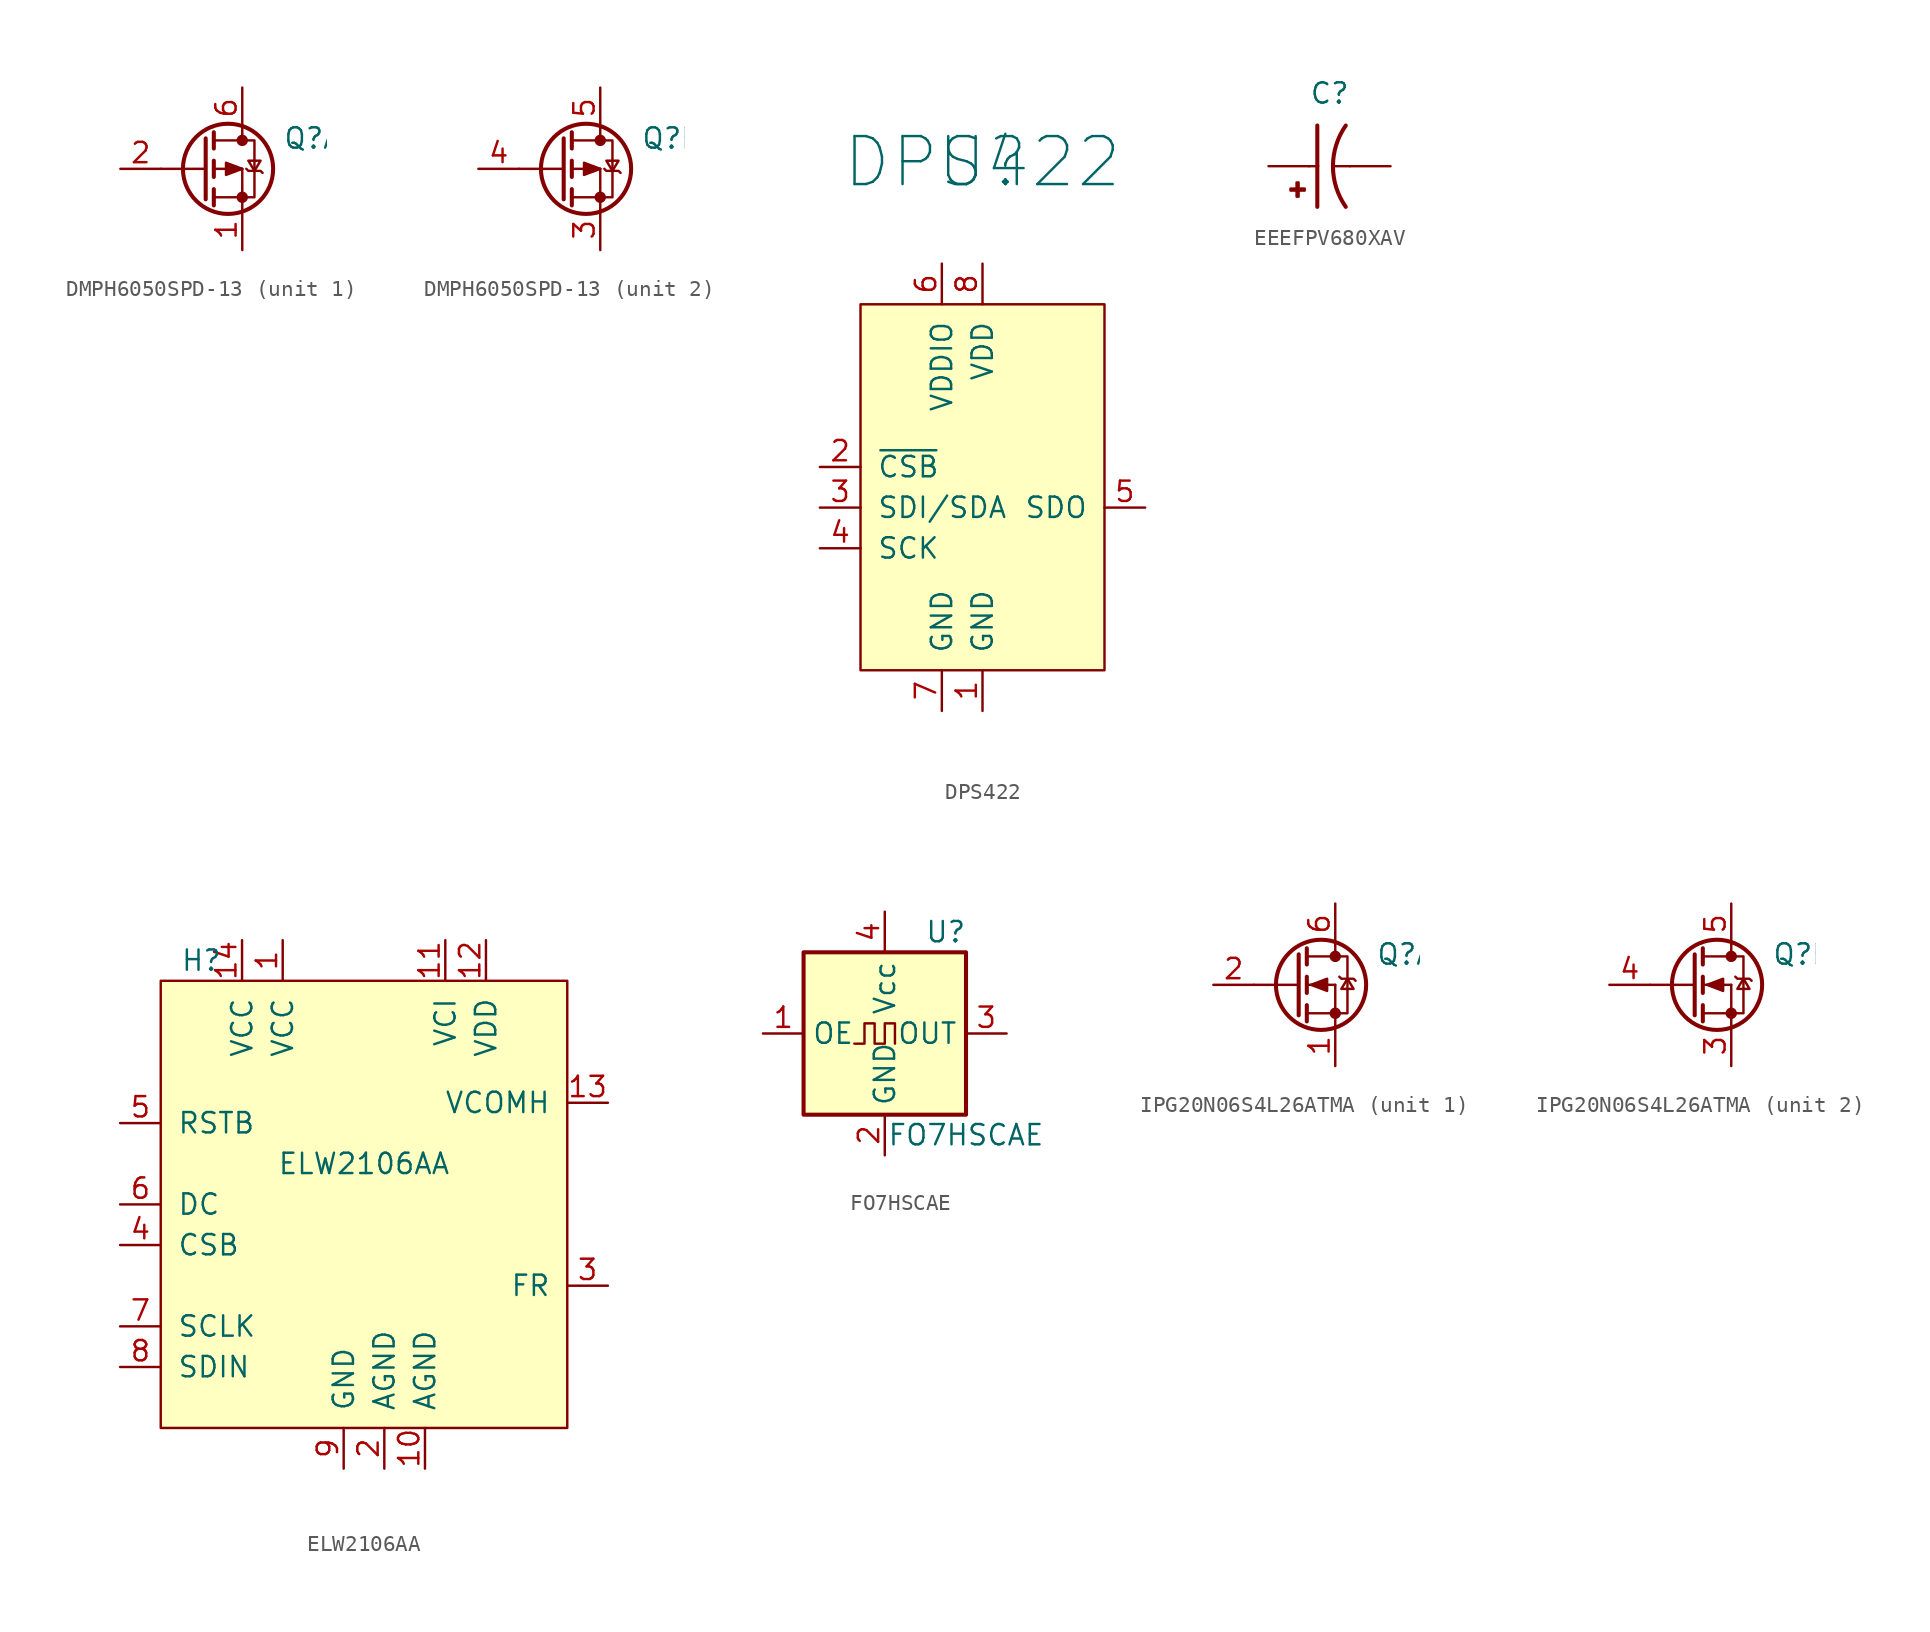
<source format=kicad_sym>
(kicad_symbol_lib
  (version 20220914)
  (generator kicad_symbol_editor)
  (symbol "DMPH6050SPD-13"
    (pin_names
      (offset 0) hide)
    (property "Reference" "Q"
      (at 5.08 1.905 0)
      (effects (font (size 1.27 1.27)) (justify left)))
    (symbol "DMPH6050SPD-13_0_1"
      (polyline (pts (xy -2.54 0) (xy 0.254 0)) (stroke (width 0) (type default)) (fill (type none)))
      (polyline (pts (xy 0.762 -1.778) (xy 2.54 -1.778)) (stroke (width 0) (type default)) (fill (type none)))
      (polyline (pts (xy 0.762 -1.27) (xy 0.762 -2.286)) (stroke (width 0.254) (type default)) (fill (type none)))
      (polyline (pts (xy 0.762 0) (xy 2.54 0)) (stroke (width 0) (type default)) (fill (type none)))
      (polyline (pts (xy 0.762 0.508) (xy 0.762 -0.508)) (stroke (width 0.254) (type default)) (fill (type none)))
      (polyline (pts (xy 0.762 1.778) (xy 2.54 1.778)) (stroke (width 0) (type default)) (fill (type none)))
      (polyline (pts (xy 0.762 2.286) (xy 0.762 1.27)) (stroke (width 0.254) (type default)) (fill (type none)))
      (polyline (pts (xy 2.54 -1.778) (xy 2.54 -2.54)) (stroke (width 0) (type default)) (fill (type none)))
      (polyline (pts (xy 2.54 -1.778) (xy 2.54 0)) (stroke (width 0) (type default)) (fill (type none)))
      (polyline (pts (xy 2.54 2.54) (xy 2.54 1.778)) (stroke (width 0) (type default)) (fill (type none)))
      (polyline (pts (xy 0.254 1.905) (xy 0.254 -1.905) (xy 0.254 -1.905)) (stroke (width 0.254) (type default)) (fill (type none)))
      (polyline (pts (xy 2.54 -1.778) (xy 3.302 -1.778) (xy 3.302 1.778) (xy 2.54 1.778)) (stroke (width 0) (type default)) (fill (type none)))
      (polyline (pts (xy 2.54 0) (xy 1.524 -0.381) (xy 1.524 0.381) (xy 2.54 0)) (stroke (width 0) (type default)) (fill (type outline)))
      (polyline (pts (xy 3.302 -0.127) (xy 3.683 0.508) (xy 2.921 0.508) (xy 3.302 -0.127)) (stroke (width 0) (type default)) (fill (type none)))
      (polyline (pts (xy 3.81 -0.254) (xy 3.683 -0.127) (xy 2.921 -0.127) (xy 2.794 0)) (stroke (width 0) (type default)) (fill (type none)))
      (circle (center 1.651 0) (radius 2.819) (stroke (width 0.254) (type default)) (fill (type none)))
      (circle (center 2.54 -1.778) (radius 0.279) (stroke (width 0) (type default)) (fill (type outline)))
      (circle (center 2.54 1.778) (radius 0.279) (stroke (width 0) (type default)) (fill (type outline))))
    (symbol "DMPH6050SPD-13_1_1"
      (pin passive line (at 2.54 -5.08 90) (length 2.54) (name "S" (effects (font (size 1.27 1.27)))) (number "1" (effects (font (size 1.27 1.27)))))
      (pin passive line (at -5.08 0 0) (length 2.54) (name "G" (effects (font (size 1.27 1.27)))) (number "2" (effects (font (size 1.27 1.27)))))
      (pin passive line (at 2.54 5.08 270) (length 2.54) (name "D" (effects (font (size 1.27 1.27)))) (number "6" (effects (font (size 1.27 1.27))))))
    (symbol "DMPH6050SPD-13_2_1"
      (pin passive line (at 2.54 -5.08 90) (length 2.54) (name "S" (effects (font (size 1.27 1.27)))) (number "3" (effects (font (size 1.27 1.27)))))
      (pin passive line (at -5.08 0 0) (length 2.54) (name "G" (effects (font (size 1.27 1.27)))) (number "4" (effects (font (size 1.27 1.27)))))
      (pin passive line (at 2.54 5.08 270) (length 2.54) (name "D" (effects (font (size 1.27 1.27)))) (number "5" (effects (font (size 1.27 1.27)))))))
  (symbol "DPS422"
    (pin_names
      (offset 1.016))
    (property "Reference" "U"
      (at 0 21.59 0)
      (effects (font (size 2.997 2.997))))
    (property "Value" "DPS422"
      (at 0 21.59 0)
      (effects (font (size 2.997 2.997))))
    (symbol "DPS422_0_1"
      (rectangle (start 7.62 12.7) (end -7.62 -10.16) (stroke (width 0) (type default)) (fill (type background))))
    (symbol "DPS422_1_1"
      (pin power_in line (at 0 -12.7 90) (length 2.54) (name "GND" (effects (font (size 1.27 1.27)))) (number "1" (effects (font (size 1.27 1.27)))))
      (pin input line (at -10.16 2.54 0) (length 2.54) (name "~{CSB}" (effects (font (size 1.27 1.27)))) (number "2" (effects (font (size 1.27 1.27)))))
      (pin input line (at -10.16 0 0) (length 2.54) (name "SDI/SDA" (effects (font (size 1.27 1.27)))) (number "3" (effects (font (size 1.27 1.27)))))
      (pin input line (at -10.16 -2.54 0) (length 2.54) (name "SCK" (effects (font (size 1.27 1.27)))) (number "4" (effects (font (size 1.27 1.27)))))
      (pin bidirectional line (at 10.16 0 180) (length 2.54) (name "SDO" (effects (font (size 1.27 1.27)))) (number "5" (effects (font (size 1.27 1.27)))))
      (pin power_in line (at -2.54 15.24 270) (length 2.54) (name "VDDIO" (effects (font (size 1.27 1.27)))) (number "6" (effects (font (size 1.27 1.27)))))
      (pin power_in line (at -2.54 -12.7 90) (length 2.54) (name "GND" (effects (font (size 1.27 1.27)))) (number "7" (effects (font (size 1.27 1.27)))))
      (pin power_in line (at 0 15.24 270) (length 2.54) (name "VDD" (effects (font (size 1.27 1.27)))) (number "8" (effects (font (size 1.27 1.27)))))))
  (symbol "EEEFPV680XAV"
    (pin_numbers hide)
    (pin_names
      (offset 1.016) hide)
    (property "Reference" "C"
      (at 0 3.81 0)
      (effects (font (size 1.27 1.27)) (justify left bottom)))
    (symbol "EEEFPV680XAV_0_0"
      (rectangle (start -1.168 -1.524) (end -0.279 -1.397) (stroke (width 0) (type default)) (fill (type outline)))
      (rectangle (start -0.787 -1.905) (end -0.66 -1.016) (stroke (width 0) (type default)) (fill (type outline)))
      (polyline (pts (xy 0 0) (xy 0.508 0)) (stroke (width 0.152) (type default)) (fill (type none)))
      (polyline (pts (xy 0.508 0) (xy 0.508 -2.54)) (stroke (width 0.254) (type default)) (fill (type none)))
      (polyline (pts (xy 0.508 2.54) (xy 0.508 0)) (stroke (width 0.254) (type default)) (fill (type none)))
      (polyline (pts (xy 2.54 0) (xy 1.524 0)) (stroke (width 0.152) (type default)) (fill (type none)))
      (arc (start 2.286 2.54) (mid 1.486 0) (end 2.286 -2.54) (stroke (width 0.254) (type default)) (fill (type none)))
      (pin passive line (at -2.54 0 0) (length 2.54) (name "~" (effects (font (size 1.016 1.016)))) (number "1" (effects (font (size 1.016 1.016)))))
      (pin passive line (at 5.08 0 180) (length 2.54) (name "~" (effects (font (size 1.016 1.016)))) (number "2" (effects (font (size 1.016 1.016)))))))
  (symbol "ELW2106AA"
    (pin_names
      (offset 1.016))
    (property "Reference" "H"
      (at -10.16 15.24 0)
      (effects (font (size 1.27 1.27))))
    (property "Value" "ELW2106AA"
      (at 0 2.54 0)
      (effects (font (size 1.27 1.27))))
    (symbol "ELW2106AA_0_0"
      (pin power_in line (at -5.08 16.51 270) (length 2.54) (name "VCC" (effects (font (size 1.27 1.27)))) (number "1" (effects (font (size 1.27 1.27)))))
      (pin power_in line (at 3.81 -16.51 90) (length 2.54) (name "AGND" (effects (font (size 1.27 1.27)))) (number "10" (effects (font (size 1.27 1.27)))))
      (pin power_in line (at 5.08 16.51 270) (length 2.54) (name "VCI" (effects (font (size 1.27 1.27)))) (number "11" (effects (font (size 1.27 1.27)))))
      (pin power_in line (at 7.62 16.51 270) (length 2.54) (name "VDD" (effects (font (size 1.27 1.27)))) (number "12" (effects (font (size 1.27 1.27)))))
      (pin power_out line (at 15.24 6.35 180) (length 2.54) (name "VCOMH" (effects (font (size 1.27 1.27)))) (number "13" (effects (font (size 1.27 1.27)))))
      (pin power_in line (at -7.62 16.51 270) (length 2.54) (name "VCC" (effects (font (size 1.27 1.27)))) (number "14" (effects (font (size 1.27 1.27)))))
      (pin power_in line (at 1.27 -16.51 90) (length 2.54) (name "AGND" (effects (font (size 1.27 1.27)))) (number "2" (effects (font (size 1.27 1.27)))))
      (pin output line (at 15.24 -5.08 180) (length 2.54) (name "FR" (effects (font (size 1.27 1.27)))) (number "3" (effects (font (size 1.27 1.27)))))
      (pin input line (at -15.24 -2.54 0) (length 2.54) (name "CSB" (effects (font (size 1.27 1.27)))) (number "4" (effects (font (size 1.27 1.27)))))
      (pin input line (at -15.24 5.08 0) (length 2.54) (name "RSTB" (effects (font (size 1.27 1.27)))) (number "5" (effects (font (size 1.27 1.27)))))
      (pin input line (at -15.24 0 0) (length 2.54) (name "DC" (effects (font (size 1.27 1.27)))) (number "6" (effects (font (size 1.27 1.27)))))
      (pin input line (at -15.24 -7.62 0) (length 2.54) (name "SCLK" (effects (font (size 1.27 1.27)))) (number "7" (effects (font (size 1.27 1.27)))))
      (pin input line (at -15.24 -10.16 0) (length 2.54) (name "SDIN" (effects (font (size 1.27 1.27)))) (number "8" (effects (font (size 1.27 1.27)))))
      (pin power_in line (at -1.27 -16.51 90) (length 2.54) (name "GND" (effects (font (size 1.27 1.27)))) (number "9" (effects (font (size 1.27 1.27))))))
    (symbol "ELW2106AA_0_1"
      (rectangle (start -12.7 13.97) (end 12.7 -13.97) (stroke (width 0) (type default)) (fill (type background)))))
  (symbol "FO7HSCAE"
    (property "Reference" "U"
      (at 3.81 6.35 0)
      (effects (font (size 1.27 1.27))))
    (property "Value" "FO7HSCAE"
      (at 5.08 -6.35 0)
      (effects (font (size 1.27 1.27))))
    (symbol "FO7HSCAE_0_1"
      (rectangle (start -5.08 5.08) (end 5.08 -5.08) (stroke (width 0.254) (type default)) (fill (type background)))
      (polyline (pts (xy -1.905 -0.635) (xy -1.27 -0.635) (xy -1.27 0.635) (xy -0.635 0.635) (xy -0.635 -0.635) (xy 0 -0.635) (xy 0 0.635) (xy 0.635 0.635) (xy 0.635 -0.635)) (stroke (width 0) (type default)) (fill (type none))))
    (symbol "FO7HSCAE_1_1"
      (pin input line (at -7.62 0 0) (length 2.54) (name "OE" (effects (font (size 1.27 1.27)))) (number "1" (effects (font (size 1.27 1.27)))))
      (pin power_in line (at 0 -7.62 90) (length 2.54) (name "GND" (effects (font (size 1.27 1.27)))) (number "2" (effects (font (size 1.27 1.27)))))
      (pin output line (at 7.62 0 180) (length 2.54) (name "OUT" (effects (font (size 1.27 1.27)))) (number "3" (effects (font (size 1.27 1.27)))))
      (pin power_in line (at 0 7.62 270) (length 2.54) (name "Vcc" (effects (font (size 1.27 1.27)))) (number "4" (effects (font (size 1.27 1.27)))))))
  (symbol "IPG20N06S4L26ATMA"
    (pin_names
      (offset 0) hide)
    (property "Reference" "Q"
      (at 5.08 1.905 0)
      (effects (font (size 1.27 1.27)) (justify left)))
    (symbol "IPG20N06S4L26ATMA_0_1"
      (polyline (pts (xy -2.54 0) (xy 0.254 0)) (stroke (width 0) (type default)) (fill (type none)))
      (polyline (pts (xy 0.762 -1.778) (xy 2.54 -1.778)) (stroke (width 0) (type default)) (fill (type none)))
      (polyline (pts (xy 0.762 -1.27) (xy 0.762 -2.286)) (stroke (width 0.254) (type default)) (fill (type none)))
      (polyline (pts (xy 0.762 0) (xy 2.54 0)) (stroke (width 0) (type default)) (fill (type none)))
      (polyline (pts (xy 0.762 0.508) (xy 0.762 -0.508)) (stroke (width 0.254) (type default)) (fill (type none)))
      (polyline (pts (xy 0.762 1.778) (xy 2.54 1.778)) (stroke (width 0) (type default)) (fill (type none)))
      (polyline (pts (xy 0.762 2.286) (xy 0.762 1.27)) (stroke (width 0.254) (type default)) (fill (type none)))
      (polyline (pts (xy 2.54 -1.778) (xy 2.54 -2.54)) (stroke (width 0) (type default)) (fill (type none)))
      (polyline (pts (xy 2.54 -1.778) (xy 2.54 0)) (stroke (width 0) (type default)) (fill (type none)))
      (polyline (pts (xy 2.54 2.54) (xy 2.54 1.778)) (stroke (width 0) (type default)) (fill (type none)))
      (polyline (pts (xy 0.254 1.905) (xy 0.254 -1.905) (xy 0.254 -1.905)) (stroke (width 0.254) (type default)) (fill (type none)))
      (polyline (pts (xy 1.016 0) (xy 2.032 0.381) (xy 2.032 -0.381) (xy 1.016 0)) (stroke (width 0) (type default)) (fill (type outline)))
      (polyline (pts (xy 2.54 -1.778) (xy 3.302 -1.778) (xy 3.302 1.778) (xy 2.54 1.778)) (stroke (width 0) (type default)) (fill (type none)))
      (polyline (pts (xy 2.794 0.508) (xy 2.921 0.381) (xy 3.683 0.381) (xy 3.81 0.254)) (stroke (width 0) (type default)) (fill (type none)))
      (polyline (pts (xy 3.302 0.381) (xy 2.921 -0.254) (xy 3.683 -0.254) (xy 3.302 0.381)) (stroke (width 0) (type default)) (fill (type none)))
      (circle (center 1.651 0) (radius 2.819) (stroke (width 0.254) (type default)) (fill (type none)))
      (circle (center 2.54 -1.778) (radius 0.279) (stroke (width 0) (type default)) (fill (type outline)))
      (circle (center 2.54 1.778) (radius 0.279) (stroke (width 0) (type default)) (fill (type outline))))
    (symbol "IPG20N06S4L26ATMA_1_1"
      (pin passive line (at 2.54 -5.08 90) (length 2.54) (name "S" (effects (font (size 1.27 1.27)))) (number "1" (effects (font (size 1.27 1.27)))))
      (pin passive line (at -5.08 0 0) (length 2.54) (name "G" (effects (font (size 1.27 1.27)))) (number "2" (effects (font (size 1.27 1.27)))))
      (pin passive line (at 2.54 5.08 270) (length 2.54) (name "D" (effects (font (size 1.27 1.27)))) (number "6" (effects (font (size 1.27 1.27))))))
    (symbol "IPG20N06S4L26ATMA_2_1"
      (pin passive line (at 2.54 -5.08 90) (length 2.54) (name "S" (effects (font (size 1.27 1.27)))) (number "3" (effects (font (size 1.27 1.27)))))
      (pin passive line (at -5.08 0 0) (length 2.54) (name "G" (effects (font (size 1.27 1.27)))) (number "4" (effects (font (size 1.27 1.27)))))
      (pin passive line (at 2.54 5.08 270) (length 2.54) (name "D" (effects (font (size 1.27 1.27)))) (number "5" (effects (font (size 1.27 1.27))))))))
</source>
